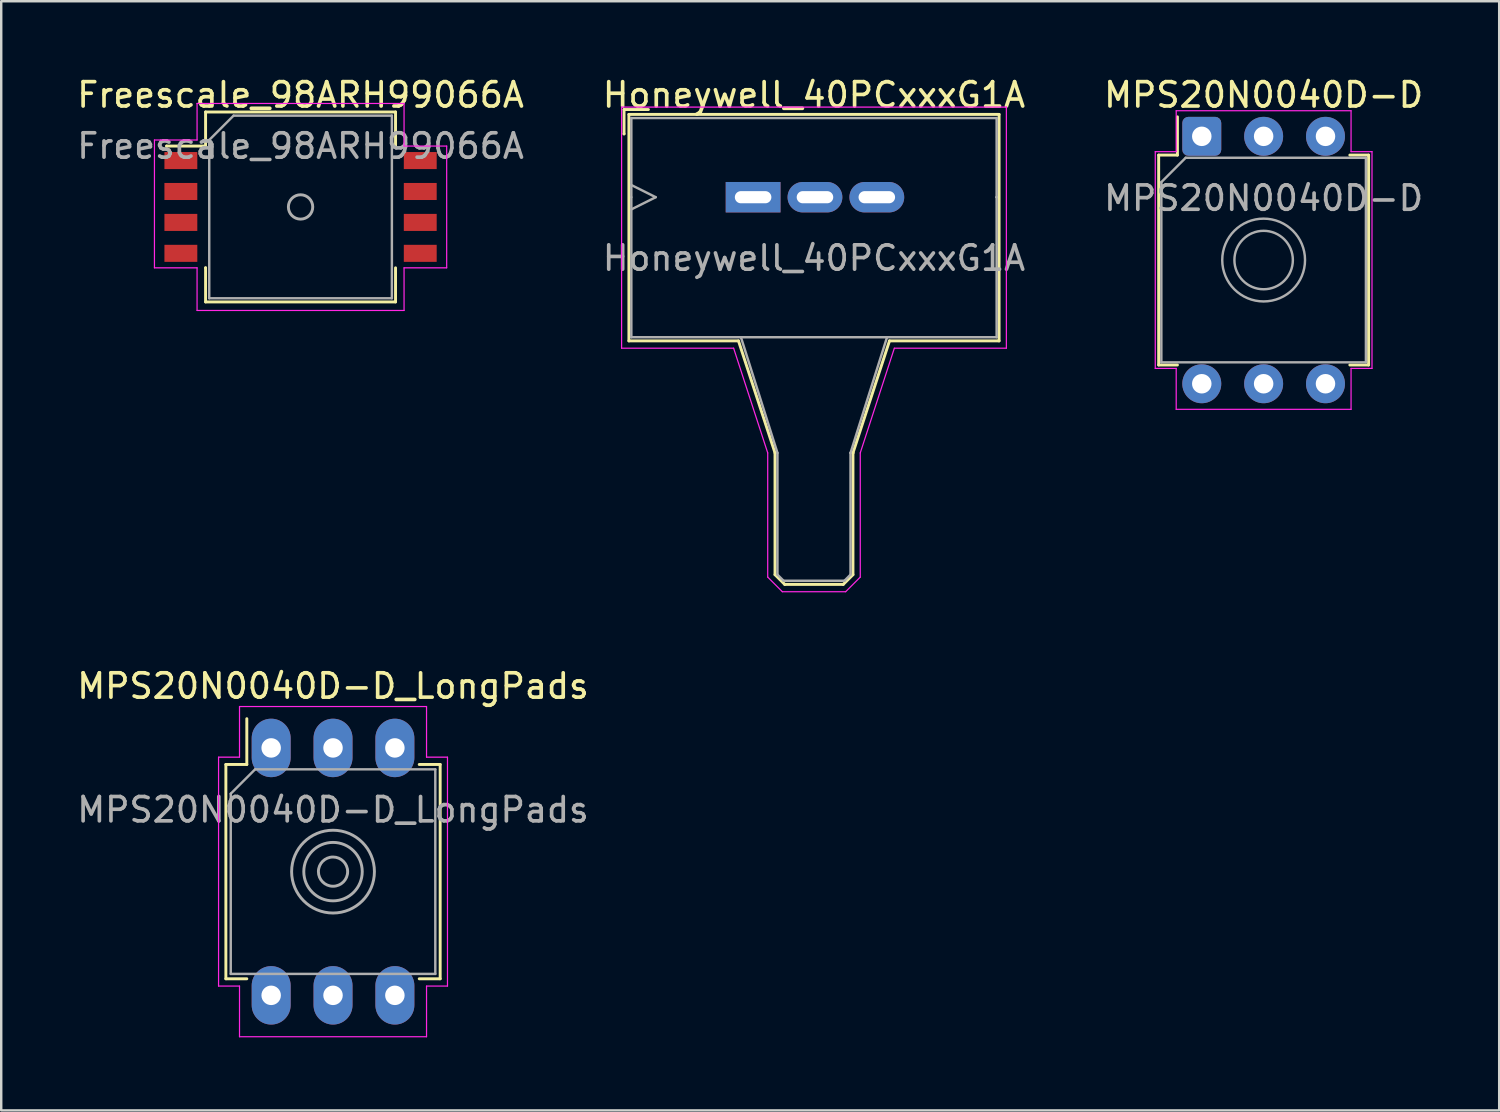
<source format=kicad_pcb>
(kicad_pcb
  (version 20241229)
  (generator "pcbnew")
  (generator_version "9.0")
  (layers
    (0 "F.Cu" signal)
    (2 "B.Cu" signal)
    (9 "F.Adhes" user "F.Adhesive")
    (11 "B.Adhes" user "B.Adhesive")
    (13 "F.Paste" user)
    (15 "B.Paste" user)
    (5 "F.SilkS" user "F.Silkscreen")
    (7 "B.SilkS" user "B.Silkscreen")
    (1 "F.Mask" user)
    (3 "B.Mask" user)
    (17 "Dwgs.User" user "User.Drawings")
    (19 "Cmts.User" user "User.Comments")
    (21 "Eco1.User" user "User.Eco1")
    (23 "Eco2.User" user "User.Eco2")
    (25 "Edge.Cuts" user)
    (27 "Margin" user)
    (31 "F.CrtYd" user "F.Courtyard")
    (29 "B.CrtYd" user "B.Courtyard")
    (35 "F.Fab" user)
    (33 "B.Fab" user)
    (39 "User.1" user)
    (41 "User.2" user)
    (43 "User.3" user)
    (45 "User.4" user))
  (footprint "Freescale_98ARH99066A"
    (layer "F.Cu")
    (at 9.292 5.448)
    (property "Reference" "Freescale_98ARH99066A" (at 0 -4.6 0) (layer "F.SilkS") (effects (font (size 1 1) (thickness 0.15))))
    (attr smd)
    (fp_line (start -5.5 -2.5) (end -5.5 -2.5) (stroke (width 0.12) (type solid)) (layer "F.SilkS"))
    (fp_line (start -3.9 -3.9) (end -3.9 -2.5) (stroke (width 0.12) (type solid)) (layer "F.SilkS"))
    (fp_line (start -3.9 -2.5) (end -5.5 -2.5) (stroke (width 0.12) (type solid)) (layer "F.SilkS"))
    (fp_line (start -3.9 2.5) (end -3.9 2.5) (stroke (width 0.12) (type solid)) (layer "F.SilkS"))
    (fp_line (start -3.9 3.9) (end -3.9 2.5) (stroke (width 0.12) (type solid)) (layer "F.SilkS"))
    (fp_line (start 3.9 -3.9) (end -3.9 -3.9) (stroke (width 0.12) (type solid)) (layer "F.SilkS"))
    (fp_line (start 3.9 -2.5) (end 3.9 -3.9) (stroke (width 0.12) (type solid)) (layer "F.SilkS"))
    (fp_line (start 3.9 2.5) (end 3.9 3.9) (stroke (width 0.12) (type solid)) (layer "F.SilkS"))
    (fp_line (start 3.9 3.9) (end -3.9 3.9) (stroke (width 0.12) (type solid)) (layer "F.SilkS"))
    (fp_line (start -6 -2.75) (end -4.25 -2.75) (stroke (width 0.05) (type solid)) (layer "F.CrtYd"))
    (fp_line (start -6 2.5) (end -6 -2.75) (stroke (width 0.05) (type solid)) (layer "F.CrtYd"))
    (fp_line (start -5.75 -2.75) (end -5.75 -2.75) (stroke (width 0.05) (type solid)) (layer "F.CrtYd"))
    (fp_line (start -4.25 -4.25) (end 4.25 -4.25) (stroke (width 0.05) (type solid)) (layer "F.CrtYd"))
    (fp_line (start -4.25 -2.75) (end -4.25 -4.25) (stroke (width 0.05) (type solid)) (layer "F.CrtYd"))
    (fp_line (start -4.25 2.5) (end -6 2.5) (stroke (width 0.05) (type solid)) (layer "F.CrtYd"))
    (fp_line (start -4.25 4.25) (end -4.25 2.5) (stroke (width 0.05) (type solid)) (layer "F.CrtYd"))
    (fp_line (start 4.25 -4.25) (end 4.25 -2.5) (stroke (width 0.05) (type solid)) (layer "F.CrtYd"))
    (fp_line (start 4.25 -2.5) (end 6 -2.5) (stroke (width 0.05) (type solid)) (layer "F.CrtYd"))
    (fp_line (start 4.25 2.5) (end 4.25 4.25) (stroke (width 0.05) (type solid)) (layer "F.CrtYd"))
    (fp_line (start 4.25 4.25) (end -4.25 4.25) (stroke (width 0.05) (type solid)) (layer "F.CrtYd"))
    (fp_line (start 6 -2.5) (end 6 2.5) (stroke (width 0.05) (type solid)) (layer "F.CrtYd"))
    (fp_line (start 6 2.5) (end 4.25 2.5) (stroke (width 0.05) (type solid)) (layer "F.CrtYd"))
    (fp_line (start -3.75 -2.75) (end -2.75 -3.75) (stroke (width 0.1) (type solid)) (layer "F.Fab"))
    (fp_line (start -3.75 3.75) (end -3.75 -2.75) (stroke (width 0.1) (type solid)) (layer "F.Fab"))
    (fp_line (start -2.75 -3.75) (end 3.75 -3.75) (stroke (width 0.1) (type solid)) (layer "F.Fab"))
    (fp_line (start 3.75 -3.75) (end 3.75 3.75) (stroke (width 0.1) (type solid)) (layer "F.Fab"))
    (fp_line (start 3.75 3.75) (end -3.75 3.75) (stroke (width 0.1) (type solid)) (layer "F.Fab"))
    (fp_circle (center 0 0) (end 0.5 0) (stroke (width 0.12) (type solid)) (fill no) (layer "F.Fab"))
    (fp_text user "${REFERENCE}" (at 0 -2.5 0) (layer "F.Fab") (effects (font (size 1 1) (thickness 0.15))))
    (pad "1" smd rect (at -4.915 -1.905) (size 1.35 0.7) (layers "F.Cu" "F.Mask" "F.Paste"))
    (pad "2" smd rect (at -4.915 -0.635) (size 1.35 0.7) (layers "F.Cu" "F.Mask" "F.Paste"))
    (pad "3" smd rect (at -4.915 0.635) (size 1.35 0.7) (layers "F.Cu" "F.Mask" "F.Paste"))
    (pad "4" smd rect (at -4.915 1.905) (size 1.35 0.7) (layers "F.Cu" "F.Mask" "F.Paste"))
    (pad "5" smd rect (at 4.915 1.905) (size 1.35 0.7) (layers "F.Cu" "F.Mask" "F.Paste"))
    (pad "6" smd rect (at 4.915 0.635) (size 1.35 0.7) (layers "F.Cu" "F.Mask" "F.Paste"))
    (pad "7" smd rect (at 4.915 -0.635) (size 1.35 0.7) (layers "F.Cu" "F.Mask" "F.Paste"))
    (pad "8" smd rect (at 4.915 -1.905) (size 1.35 0.7) (layers "F.Cu" "F.Mask" "F.Paste")))
  (footprint "MPS20N0040D-D"
    (layer "F.Cu")
    (at 46.299 2.548)
    (property "Reference" "MPS20N0040D-D" (at 2.54 -1.7 0) (layer "F.SilkS") (effects (font (size 1 1) (thickness 0.15))))
    (attr through_hole)
    (fp_line (start -1.77 0.77) (end -1 0.77) (stroke (width 0.12) (type solid)) (layer "F.SilkS"))
    (fp_line (start -1.77 9.39) (end -1.77 0.77) (stroke (width 0.12) (type solid)) (layer "F.SilkS"))
    (fp_line (start -1 0.77) (end -1 -0.8) (stroke (width 0.12) (type solid)) (layer "F.SilkS"))
    (fp_line (start -1 9.39) (end -1.77 9.39) (stroke (width 0.12) (type solid)) (layer "F.SilkS"))
    (fp_line (start 6.08 0.77) (end 6.85 0.77) (stroke (width 0.12) (type solid)) (layer "F.SilkS"))
    (fp_line (start 6.85 0.77) (end 6.85 9.39) (stroke (width 0.12) (type solid)) (layer "F.SilkS"))
    (fp_line (start 6.85 9.39) (end 6.08 9.39) (stroke (width 0.12) (type solid)) (layer "F.SilkS"))
    (fp_line (start -1.91 0.63) (end -1.05 0.63) (stroke (width 0.05) (type solid)) (layer "F.CrtYd"))
    (fp_line (start -1.91 9.53) (end -1.91 0.63) (stroke (width 0.05) (type solid)) (layer "F.CrtYd"))
    (fp_line (start -1.05 -1.05) (end 6.13 -1.05) (stroke (width 0.05) (type solid)) (layer "F.CrtYd"))
    (fp_line (start -1.05 0.63) (end -1.05 -1.05) (stroke (width 0.05) (type solid)) (layer "F.CrtYd"))
    (fp_line (start -1.05 9.53) (end -1.91 9.53) (stroke (width 0.05) (type solid)) (layer "F.CrtYd"))
    (fp_line (start -1.05 11.21) (end -1.05 9.53) (stroke (width 0.05) (type solid)) (layer "F.CrtYd"))
    (fp_line (start 6.13 -1.05) (end 6.13 0.63) (stroke (width 0.05) (type solid)) (layer "F.CrtYd"))
    (fp_line (start 6.13 0.63) (end 6.99 0.63) (stroke (width 0.05) (type solid)) (layer "F.CrtYd"))
    (fp_line (start 6.13 9.53) (end 6.13 11.21) (stroke (width 0.05) (type solid)) (layer "F.CrtYd"))
    (fp_line (start 6.13 11.21) (end -1.05 11.21) (stroke (width 0.05) (type solid)) (layer "F.CrtYd"))
    (fp_line (start 6.99 0.63) (end 6.99 9.53) (stroke (width 0.05) (type solid)) (layer "F.CrtYd"))
    (fp_line (start 6.99 9.53) (end 6.13 9.53) (stroke (width 0.05) (type solid)) (layer "F.CrtYd"))
    (fp_line (start -1.66 1.88) (end -0.66 0.88) (stroke (width 0.1) (type solid)) (layer "F.Fab"))
    (fp_line (start -1.66 9.28) (end -1.66 1.88) (stroke (width 0.1) (type solid)) (layer "F.Fab"))
    (fp_line (start -0.66 0.88) (end 6.74 0.88) (stroke (width 0.1) (type solid)) (layer "F.Fab"))
    (fp_line (start 6.74 0.88) (end 6.74 9.28) (stroke (width 0.1) (type solid)) (layer "F.Fab"))
    (fp_line (start 6.74 9.28) (end -1.66 9.28) (stroke (width 0.1) (type solid)) (layer "F.Fab"))
    (fp_circle (center 2.54 5.08) (end 3.74 5.08) (stroke (width 0.1) (type solid)) (fill no) (layer "F.Fab"))
    (fp_circle (center 2.54 5.08) (end 4.24 5.08) (stroke (width 0.1) (type solid)) (fill no) (layer "F.Fab"))
    (fp_text user "${REFERENCE}" (at 2.54 2.54 0) (layer "F.Fab") (effects (font (size 1 1) (thickness 0.15))))
    (pad "1" thru_hole roundrect (at 0 0) (size 1.6 1.6) (drill 0.8) (layers "*.Cu" "*.Mask") (roundrect_rratio 0.156))
    (pad "2" thru_hole oval (at 2.54 0) (size 1.6 1.6) (drill 0.8) (layers "*.Cu" "*.Mask"))
    (pad "3" thru_hole oval (at 5.08 0) (size 1.6 1.6) (drill 0.8) (layers "*.Cu" "*.Mask"))
    (pad "4" thru_hole oval (at 5.08 10.16) (size 1.6 1.6) (drill 0.8) (layers "*.Cu" "*.Mask"))
    (pad "5" thru_hole oval (at 2.54 10.16) (size 1.6 1.6) (drill 0.8) (layers "*.Cu" "*.Mask"))
    (pad "6" thru_hole oval (at 0 10.16) (size 1.6 1.6) (drill 0.8) (layers "*.Cu" "*.Mask")))
  (footprint "Honeywell_40PCxxxG1A"
    (layer "F.Cu")
    (at 27.875 5.048)
    (property "Reference" "Honeywell_40PCxxxG1A" (at 2.5 -4.2 0) (layer "F.SilkS") (effects (font (size 1 1) (thickness 0.15))))
    (attr through_hole)
    (fp_line (start -5.3 -3.6) (end -5.3 -2.6) (stroke (width 0.12) (type solid)) (layer "F.SilkS"))
    (fp_line (start -5.3 -2.6) (end -5.3 -2.6) (stroke (width 0.12) (type solid)) (layer "F.SilkS"))
    (fp_line (start -5.1 -3.4) (end -5.1 5.9) (stroke (width 0.12) (type solid)) (layer "F.SilkS"))
    (fp_line (start -5.1 5.9) (end -0.6 5.9) (stroke (width 0.12) (type solid)) (layer "F.SilkS"))
    (fp_line (start -4.3 -3.6) (end -5.3 -3.6) (stroke (width 0.12) (type solid)) (layer "F.SilkS"))
    (fp_line (start -0.6 5.9) (end 0.9 10.5) (stroke (width 0.12) (type solid)) (layer "F.SilkS"))
    (fp_line (start 0.9 10.5) (end 0.9 15.5) (stroke (width 0.12) (type solid)) (layer "F.SilkS"))
    (fp_line (start 0.9 15.5) (end 1.3 15.9) (stroke (width 0.12) (type solid)) (layer "F.SilkS"))
    (fp_line (start 1.3 15.9) (end 3.7 15.9) (stroke (width 0.12) (type solid)) (layer "F.SilkS"))
    (fp_line (start 3.7 15.9) (end 4.1 15.5) (stroke (width 0.12) (type solid)) (layer "F.SilkS"))
    (fp_line (start 4.1 10.5) (end 4.1 10.5) (stroke (width 0.12) (type solid)) (layer "F.SilkS"))
    (fp_line (start 4.1 15.5) (end 4.1 10.5) (stroke (width 0.12) (type solid)) (layer "F.SilkS"))
    (fp_line (start 5.6 5.9) (end 4.1 10.5) (stroke (width 0.12) (type solid)) (layer "F.SilkS"))
    (fp_line (start 10.1 -3.4) (end -5.1 -3.4) (stroke (width 0.12) (type solid)) (layer "F.SilkS"))
    (fp_line (start 10.1 -3.4) (end 10.1 5.9) (stroke (width 0.12) (type solid)) (layer "F.SilkS"))
    (fp_line (start 10.1 5.9) (end 5.6 5.9) (stroke (width 0.12) (type solid)) (layer "F.SilkS"))
    (fp_line (start -5.4 -3.7) (end 10.4 -3.7) (stroke (width 0.05) (type solid)) (layer "F.CrtYd"))
    (fp_line (start -5.4 6.2) (end -5.4 -3.7) (stroke (width 0.05) (type solid)) (layer "F.CrtYd"))
    (fp_line (start -0.8 6.2) (end -5.4 6.2) (stroke (width 0.05) (type solid)) (layer "F.CrtYd"))
    (fp_line (start 0.6 10.5) (end -0.8 6.2) (stroke (width 0.05) (type solid)) (layer "F.CrtYd"))
    (fp_line (start 0.6 15.6) (end 0.6 10.5) (stroke (width 0.05) (type solid)) (layer "F.CrtYd"))
    (fp_line (start 1.2 16.2) (end 0.6 15.6) (stroke (width 0.05) (type solid)) (layer "F.CrtYd"))
    (fp_line (start 3.8 16.2) (end 1.2 16.2) (stroke (width 0.05) (type solid)) (layer "F.CrtYd"))
    (fp_line (start 4.4 10.5) (end 4.4 15.6) (stroke (width 0.05) (type solid)) (layer "F.CrtYd"))
    (fp_line (start 4.4 15.6) (end 3.8 16.2) (stroke (width 0.05) (type solid)) (layer "F.CrtYd"))
    (fp_line (start 5.8 6.2) (end 4.4 10.5) (stroke (width 0.05) (type solid)) (layer "F.CrtYd"))
    (fp_line (start 10.4 -3.7) (end 10.4 -3.7) (stroke (width 0.05) (type solid)) (layer "F.CrtYd"))
    (fp_line (start 10.4 -3.7) (end 10.4 6.2) (stroke (width 0.05) (type solid)) (layer "F.CrtYd"))
    (fp_line (start 10.4 6.2) (end 5.8 6.2) (stroke (width 0.05) (type solid)) (layer "F.CrtYd"))
    (fp_line (start -5 -3.25) (end 10 -3.25) (stroke (width 0.1) (type solid)) (layer "F.Fab"))
    (fp_line (start -5 -0.5) (end -4 0) (stroke (width 0.1) (type solid)) (layer "F.Fab"))
    (fp_line (start -5 0) (end -5 0) (stroke (width 0.1) (type solid)) (layer "F.Fab"))
    (fp_line (start -5 5.75) (end -5 -3.25) (stroke (width 0.1) (type solid)) (layer "F.Fab"))
    (fp_line (start -4 0) (end -5 0.5) (stroke (width 0.1) (type solid)) (layer "F.Fab"))
    (fp_line (start -0.5 5.75) (end 1 10.5) (stroke (width 0.1) (type solid)) (layer "F.Fab"))
    (fp_line (start 1 10.5) (end 1 15.5) (stroke (width 0.1) (type solid)) (layer "F.Fab"))
    (fp_line (start 1 15.5) (end 1.25 15.75) (stroke (width 0.1) (type solid)) (layer "F.Fab"))
    (fp_line (start 1.25 15.75) (end 3.75 15.75) (stroke (width 0.1) (type solid)) (layer "F.Fab"))
    (fp_line (start 3.75 15.75) (end 4 15.5) (stroke (width 0.1) (type solid)) (layer "F.Fab"))
    (fp_line (start 4 10.5) (end 4 10.5) (stroke (width 0.1) (type solid)) (layer "F.Fab"))
    (fp_line (start 4 15.5) (end 4 10.5) (stroke (width 0.1) (type solid)) (layer "F.Fab"))
    (fp_line (start 5.5 5.75) (end 4 10.5) (stroke (width 0.1) (type solid)) (layer "F.Fab"))
    (fp_line (start 10 -3.25) (end 10 0) (stroke (width 0.1) (type solid)) (layer "F.Fab"))
    (fp_line (start 10 0) (end 10 0) (stroke (width 0.1) (type solid)) (layer "F.Fab"))
    (fp_line (start 10 0) (end 10 0) (stroke (width 0.1) (type solid)) (layer "F.Fab"))
    (fp_line (start 10 0) (end 10 5.75) (stroke (width 0.1) (type solid)) (layer "F.Fab"))
    (fp_line (start 10 5.75) (end -5 5.75) (stroke (width 0.1) (type solid)) (layer "F.Fab"))
    (fp_text user "${REFERENCE}" (at 2.5 2.5 0) (layer "F.Fab") (effects (font (size 1 1) (thickness 0.15))))
    (pad "1" thru_hole rect (at 0 0) (size 2.25 1.25) (drill oval 1.5 0.5) (layers "*.Cu" "*.Mask"))
    (pad "2" thru_hole oval (at 2.54 0) (size 2.25 1.25) (drill oval 1.5 0.5) (layers "*.Cu" "*.Mask"))
    (pad "3" thru_hole oval (at 5.08 0) (size 2.25 1.25) (drill oval 1.5 0.5) (layers "*.Cu" "*.Mask")))
  (footprint "MPS20N0040D-D_LongPads"
    (layer "F.Cu")
    (at 8.085 27.662)
    (property "Reference" "MPS20N0040D-D_LongPads" (at 2.54 -2.54 0) (layer "F.SilkS") (effects (font (size 1 1) (thickness 0.15))))
    (attr through_hole)
    (fp_line (start -1.86 0.68) (end -1 0.68) (stroke (width 0.12) (type solid)) (layer "F.SilkS"))
    (fp_line (start -1.86 9.48) (end -1.86 0.68) (stroke (width 0.12) (type solid)) (layer "F.SilkS"))
    (fp_line (start -1 0.68) (end -1 -1.2) (stroke (width 0.12) (type solid)) (layer "F.SilkS"))
    (fp_line (start -1 9.48) (end -1.86 9.48) (stroke (width 0.12) (type solid)) (layer "F.SilkS"))
    (fp_line (start 6.08 0.68) (end 6.94 0.68) (stroke (width 0.12) (type solid)) (layer "F.SilkS"))
    (fp_line (start 6.94 0.68) (end 6.94 9.48) (stroke (width 0.12) (type solid)) (layer "F.SilkS"))
    (fp_line (start 6.94 9.48) (end 6.08 9.48) (stroke (width 0.12) (type solid)) (layer "F.SilkS"))
    (fp_line (start -2.16 0.38) (end -1.3 0.38) (stroke (width 0.05) (type solid)) (layer "F.CrtYd"))
    (fp_line (start -2.16 9.78) (end -2.16 0.38) (stroke (width 0.05) (type solid)) (layer "F.CrtYd"))
    (fp_line (start -1.3 -1.7) (end 6.38 -1.7) (stroke (width 0.05) (type solid)) (layer "F.CrtYd"))
    (fp_line (start -1.3 0.38) (end -1.3 -1.7) (stroke (width 0.05) (type solid)) (layer "F.CrtYd"))
    (fp_line (start -1.3 9.78) (end -2.16 9.78) (stroke (width 0.05) (type solid)) (layer "F.CrtYd"))
    (fp_line (start -1.3 11.86) (end -1.3 9.78) (stroke (width 0.05) (type solid)) (layer "F.CrtYd"))
    (fp_line (start 6.38 -1.7) (end 6.38 0.38) (stroke (width 0.05) (type solid)) (layer "F.CrtYd"))
    (fp_line (start 6.38 0.38) (end 7.24 0.38) (stroke (width 0.05) (type solid)) (layer "F.CrtYd"))
    (fp_line (start 6.38 9.78) (end 6.38 11.86) (stroke (width 0.05) (type solid)) (layer "F.CrtYd"))
    (fp_line (start 6.38 11.86) (end -1.3 11.86) (stroke (width 0.05) (type solid)) (layer "F.CrtYd"))
    (fp_line (start 7.24 0.38) (end 7.24 9.78) (stroke (width 0.05) (type solid)) (layer "F.CrtYd"))
    (fp_line (start 7.24 9.78) (end 6.38 9.78) (stroke (width 0.05) (type solid)) (layer "F.CrtYd"))
    (fp_line (start -1.66 1.88) (end -0.66 0.88) (stroke (width 0.1) (type solid)) (layer "F.Fab"))
    (fp_line (start -1.66 9.28) (end -1.66 1.88) (stroke (width 0.1) (type solid)) (layer "F.Fab"))
    (fp_line (start -0.66 0.88) (end 6.74 0.88) (stroke (width 0.1) (type solid)) (layer "F.Fab"))
    (fp_line (start 6.74 0.88) (end 6.74 9.28) (stroke (width 0.1) (type solid)) (layer "F.Fab"))
    (fp_line (start 6.74 9.28) (end -1.66 9.28) (stroke (width 0.1) (type solid)) (layer "F.Fab"))
    (fp_circle (center 2.54 5.08) (end 3.14 5.08) (stroke (width 0.12) (type solid)) (fill no) (layer "F.Fab"))
    (fp_circle (center 2.54 5.08) (end 3.74 5.08) (stroke (width 0.12) (type solid)) (fill no) (layer "F.Fab"))
    (fp_circle (center 2.54 5.08) (end 4.24 5.08) (stroke (width 0.12) (type solid)) (fill no) (layer "F.Fab"))
    (fp_text user "${REFERENCE}" (at 2.54 2.54 0) (layer "F.Fab") (effects (font (size 1 1) (thickness 0.15))))
    (pad "1" thru_hole oval (at 0 0) (size 1.6 2.4) (drill 0.8) (layers "*.Cu" "*.Mask"))
    (pad "2" thru_hole oval (at 2.54 0) (size 1.6 2.4) (drill 0.8) (layers "*.Cu" "*.Mask"))
    (pad "3" thru_hole oval (at 5.08 0) (size 1.6 2.4) (drill 0.8) (layers "*.Cu" "*.Mask"))
    (pad "4" thru_hole oval (at 5.08 10.16) (size 1.6 2.4) (drill 0.8) (layers "*.Cu" "*.Mask"))
    (pad "5" thru_hole oval (at 2.54 10.16) (size 1.6 2.4) (drill 0.8) (layers "*.Cu" "*.Mask"))
    (pad "6" thru_hole oval (at 0 10.16) (size 1.6 2.4) (drill 0.8) (layers "*.Cu" "*.Mask")))
  (gr_rect
    (start -3 -3)
    (end 58.512 42.547)
    (stroke (width 0.1) (type default))
    (fill no)
    (layer "Edge.Cuts")))
</source>
